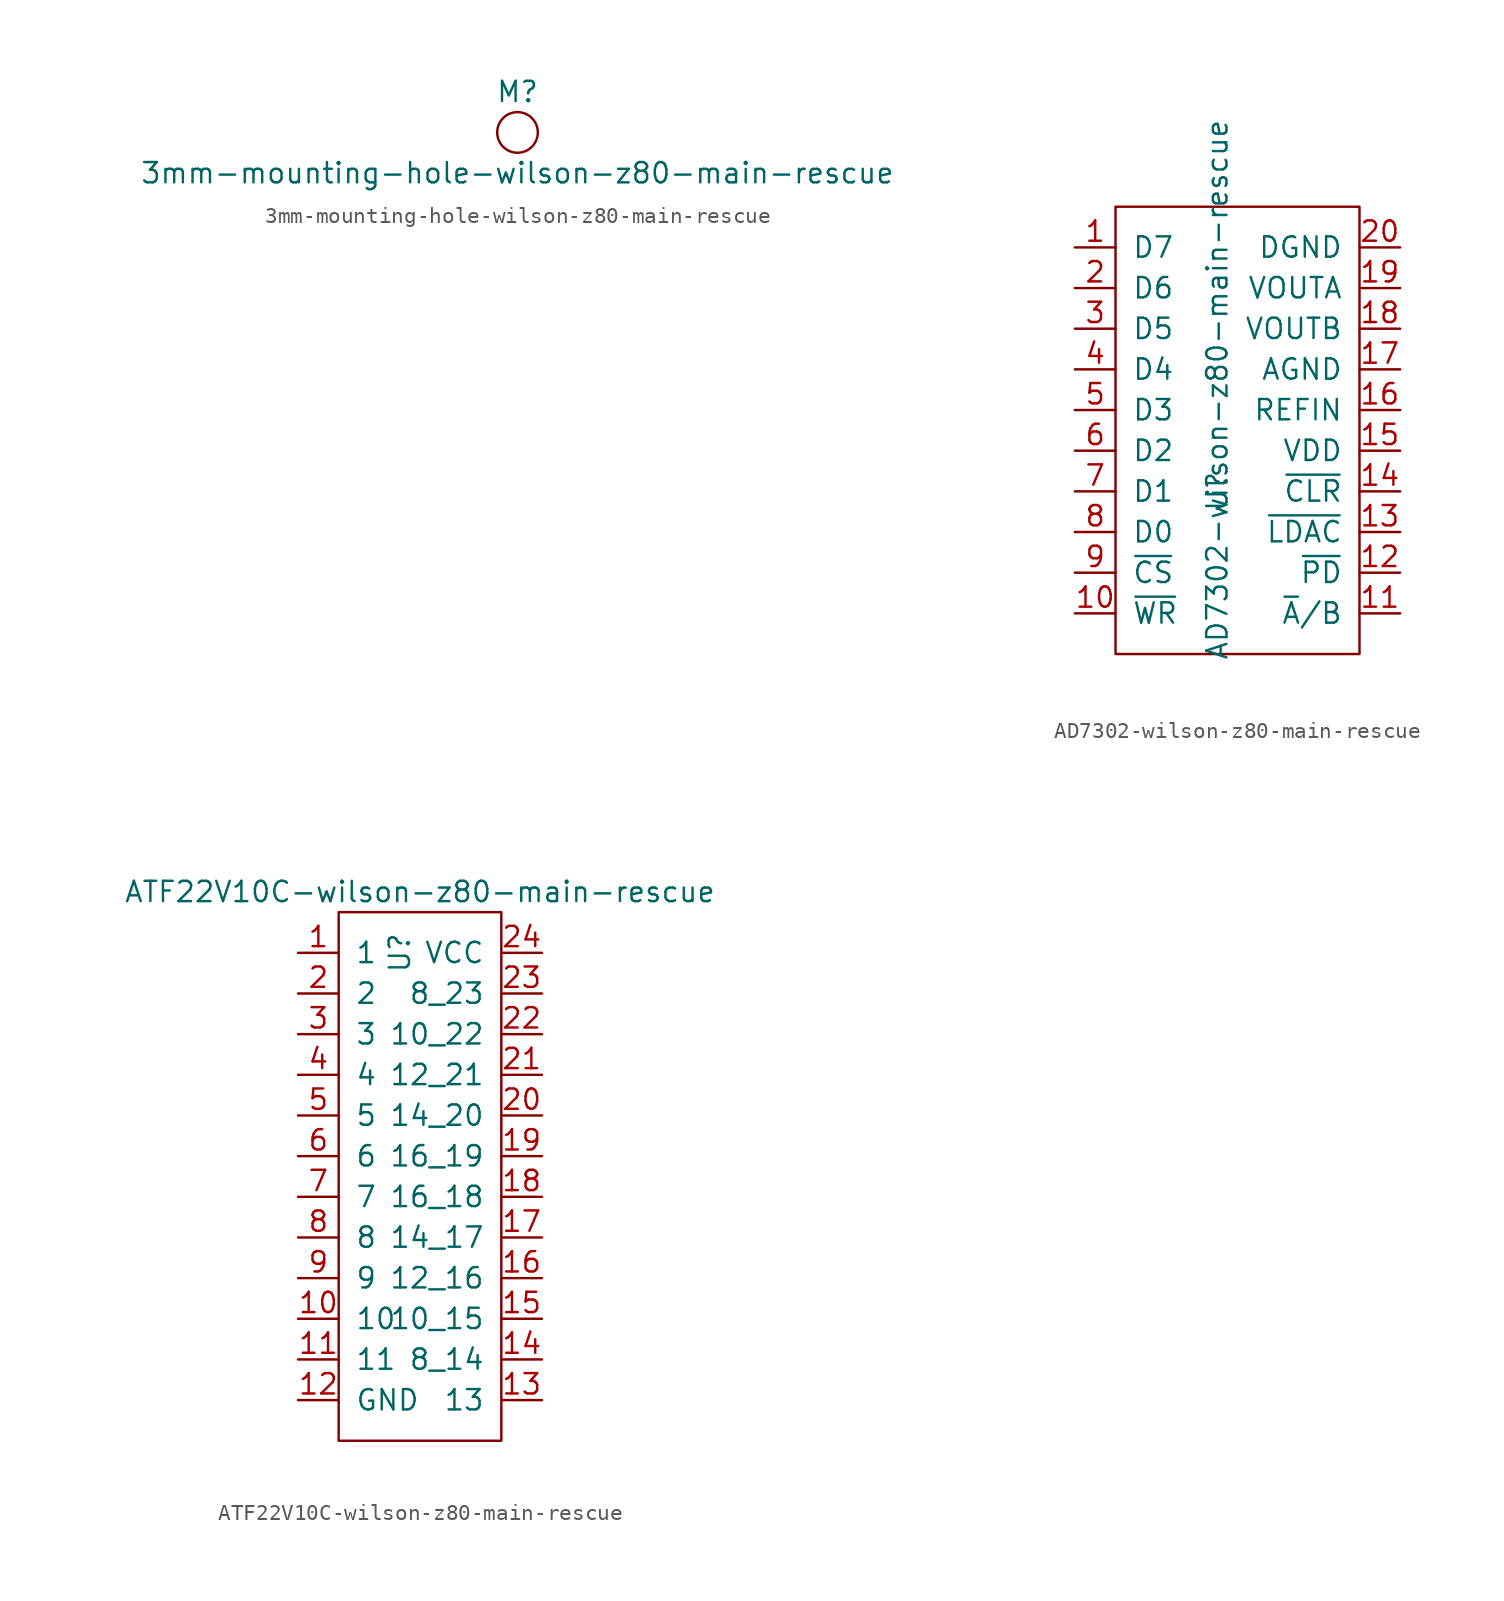
<source format=kicad_sym>
(kicad_symbol_lib
  (version 20220914)
  (generator kicad_symbol_editor)
  (symbol "3mm-mounting-hole-wilson-z80-main-rescue"
    (pin_names
      (offset 1.016))
    (property "Reference" "M"
      (at 0 2.54 0)
      (effects (font (size 1.27 1.27))))
    (property "Value" "3mm-mounting-hole-wilson-z80-main-rescue"
      (at 0 -2.54 0)
      (effects (font (size 1.27 1.27))))
    (symbol "3mm-mounting-hole-wilson-z80-main-rescue_0_1"
      (circle (center 0 0) (radius 1.27) (stroke (width 0) (type solid)) (fill (type none)))))
  (symbol "AD7302-wilson-z80-main-rescue"
    (pin_names
      (offset 1.016))
    (property "Reference" "U"
      (at -1.27 -3.81 90)
      (effects (font (size 1.27 1.27))))
    (property "Value" "AD7302-wilson-z80-main-rescue"
      (at -1.27 2.54 90)
      (effects (font (size 1.27 1.27))))
    (symbol "AD7302-wilson-z80-main-rescue_0_1"
      (rectangle (start -7.62 13.97) (end 7.62 -13.97) (stroke (width 0) (type solid)) (fill (type none))))
    (symbol "AD7302-wilson-z80-main-rescue_1_1"
      (pin input line (at -10.16 11.43 0) (length 2.54) (name "D7" (effects (font (size 1.27 1.27)))) (number "1" (effects (font (size 1.27 1.27)))))
      (pin input line (at -10.16 -11.43 0) (length 2.54) (name "~{WR}" (effects (font (size 1.27 1.27)))) (number "10" (effects (font (size 1.27 1.27)))))
      (pin input line (at 10.16 -11.43 180) (length 2.54) (name "~{A}/B" (effects (font (size 1.27 1.27)))) (number "11" (effects (font (size 1.27 1.27)))))
      (pin input line (at 10.16 -8.89 180) (length 2.54) (name "~{PD}" (effects (font (size 1.27 1.27)))) (number "12" (effects (font (size 1.27 1.27)))))
      (pin input line (at 10.16 -6.35 180) (length 2.54) (name "~{LDAC}" (effects (font (size 1.27 1.27)))) (number "13" (effects (font (size 1.27 1.27)))))
      (pin input line (at 10.16 -3.81 180) (length 2.54) (name "~{CLR}" (effects (font (size 1.27 1.27)))) (number "14" (effects (font (size 1.27 1.27)))))
      (pin power_in line (at 10.16 -1.27 180) (length 2.54) (name "VDD" (effects (font (size 1.27 1.27)))) (number "15" (effects (font (size 1.27 1.27)))))
      (pin input line (at 10.16 1.27 180) (length 2.54) (name "REFIN" (effects (font (size 1.27 1.27)))) (number "16" (effects (font (size 1.27 1.27)))))
      (pin power_in line (at 10.16 3.81 180) (length 2.54) (name "AGND" (effects (font (size 1.27 1.27)))) (number "17" (effects (font (size 1.27 1.27)))))
      (pin output line (at 10.16 6.35 180) (length 2.54) (name "VOUTB" (effects (font (size 1.27 1.27)))) (number "18" (effects (font (size 1.27 1.27)))))
      (pin output line (at 10.16 8.89 180) (length 2.54) (name "VOUTA" (effects (font (size 1.27 1.27)))) (number "19" (effects (font (size 1.27 1.27)))))
      (pin input line (at -10.16 8.89 0) (length 2.54) (name "D6" (effects (font (size 1.27 1.27)))) (number "2" (effects (font (size 1.27 1.27)))))
      (pin power_in line (at 10.16 11.43 180) (length 2.54) (name "DGND" (effects (font (size 1.27 1.27)))) (number "20" (effects (font (size 1.27 1.27)))))
      (pin input line (at -10.16 6.35 0) (length 2.54) (name "D5" (effects (font (size 1.27 1.27)))) (number "3" (effects (font (size 1.27 1.27)))))
      (pin input line (at -10.16 3.81 0) (length 2.54) (name "D4" (effects (font (size 1.27 1.27)))) (number "4" (effects (font (size 1.27 1.27)))))
      (pin input line (at -10.16 1.27 0) (length 2.54) (name "D3" (effects (font (size 1.27 1.27)))) (number "5" (effects (font (size 1.27 1.27)))))
      (pin input line (at -10.16 -1.27 0) (length 2.54) (name "D2" (effects (font (size 1.27 1.27)))) (number "6" (effects (font (size 1.27 1.27)))))
      (pin input line (at -10.16 -3.81 0) (length 2.54) (name "D1" (effects (font (size 1.27 1.27)))) (number "7" (effects (font (size 1.27 1.27)))))
      (pin input line (at -10.16 -6.35 0) (length 2.54) (name "D0" (effects (font (size 1.27 1.27)))) (number "8" (effects (font (size 1.27 1.27)))))
      (pin input line (at -10.16 -8.89 0) (length 2.54) (name "~{CS}" (effects (font (size 1.27 1.27)))) (number "9" (effects (font (size 1.27 1.27)))))))
  (symbol "ATF22V10C-wilson-z80-main-rescue"
    (pin_names
      (offset 1.016))
    (property "Reference" "U"
      (at -1.27 7.62 90)
      (effects (font (size 1.27 1.27))))
    (property "Value" "ATF22V10C-wilson-z80-main-rescue"
      (at 0 11.43 0)
      (effects (font (size 1.27 1.27))))
    (symbol "ATF22V10C-wilson-z80-main-rescue_0_1"
      (rectangle (start -5.08 10.16) (end 5.08 -22.86) (stroke (width 0) (type solid)) (fill (type none))))
    (symbol "ATF22V10C-wilson-z80-main-rescue_1_1"
      (pin input line (at -7.62 7.62 0) (length 2.54) (name "1" (effects (font (size 1.27 1.27)))) (number "1" (effects (font (size 1.27 1.27)))))
      (pin input line (at -7.62 -15.24 0) (length 2.54) (name "10" (effects (font (size 1.27 1.27)))) (number "10" (effects (font (size 1.27 1.27)))))
      (pin input line (at -7.62 -17.78 0) (length 2.54) (name "11" (effects (font (size 1.27 1.27)))) (number "11" (effects (font (size 1.27 1.27)))))
      (pin power_in line (at -7.62 -20.32 0) (length 2.54) (name "GND" (effects (font (size 1.27 1.27)))) (number "12" (effects (font (size 1.27 1.27)))))
      (pin input line (at 7.62 -20.32 180) (length 2.54) (name "13" (effects (font (size 1.27 1.27)))) (number "13" (effects (font (size 1.27 1.27)))))
      (pin bidirectional line (at 7.62 -17.78 180) (length 2.54) (name "8_14" (effects (font (size 1.27 1.27)))) (number "14" (effects (font (size 1.27 1.27)))))
      (pin bidirectional line (at 7.62 -15.24 180) (length 2.54) (name "10_15" (effects (font (size 1.27 1.27)))) (number "15" (effects (font (size 1.27 1.27)))))
      (pin bidirectional line (at 7.62 -12.7 180) (length 2.54) (name "12_16" (effects (font (size 1.27 1.27)))) (number "16" (effects (font (size 1.27 1.27)))))
      (pin bidirectional line (at 7.62 -10.16 180) (length 2.54) (name "14_17" (effects (font (size 1.27 1.27)))) (number "17" (effects (font (size 1.27 1.27)))))
      (pin bidirectional line (at 7.62 -7.62 180) (length 2.54) (name "16_18" (effects (font (size 1.27 1.27)))) (number "18" (effects (font (size 1.27 1.27)))))
      (pin bidirectional line (at 7.62 -5.08 180) (length 2.54) (name "16_19" (effects (font (size 1.27 1.27)))) (number "19" (effects (font (size 1.27 1.27)))))
      (pin input line (at -7.62 5.08 0) (length 2.54) (name "2" (effects (font (size 1.27 1.27)))) (number "2" (effects (font (size 1.27 1.27)))))
      (pin bidirectional line (at 7.62 -2.54 180) (length 2.54) (name "14_20" (effects (font (size 1.27 1.27)))) (number "20" (effects (font (size 1.27 1.27)))))
      (pin bidirectional line (at 7.62 0 180) (length 2.54) (name "12_21" (effects (font (size 1.27 1.27)))) (number "21" (effects (font (size 1.27 1.27)))))
      (pin bidirectional line (at 7.62 2.54 180) (length 2.54) (name "10_22" (effects (font (size 1.27 1.27)))) (number "22" (effects (font (size 1.27 1.27)))))
      (pin bidirectional line (at 7.62 5.08 180) (length 2.54) (name "8_23" (effects (font (size 1.27 1.27)))) (number "23" (effects (font (size 1.27 1.27)))))
      (pin power_in line (at 7.62 7.62 180) (length 2.54) (name "VCC" (effects (font (size 1.27 1.27)))) (number "24" (effects (font (size 1.27 1.27)))))
      (pin input line (at -7.62 2.54 0) (length 2.54) (name "3" (effects (font (size 1.27 1.27)))) (number "3" (effects (font (size 1.27 1.27)))))
      (pin input line (at -7.62 0 0) (length 2.54) (name "4" (effects (font (size 1.27 1.27)))) (number "4" (effects (font (size 1.27 1.27)))))
      (pin input line (at -7.62 -2.54 0) (length 2.54) (name "5" (effects (font (size 1.27 1.27)))) (number "5" (effects (font (size 1.27 1.27)))))
      (pin input line (at -7.62 -5.08 0) (length 2.54) (name "6" (effects (font (size 1.27 1.27)))) (number "6" (effects (font (size 1.27 1.27)))))
      (pin input line (at -7.62 -7.62 0) (length 2.54) (name "7" (effects (font (size 1.27 1.27)))) (number "7" (effects (font (size 1.27 1.27)))))
      (pin input line (at -7.62 -10.16 0) (length 2.54) (name "8" (effects (font (size 1.27 1.27)))) (number "8" (effects (font (size 1.27 1.27)))))
      (pin input line (at -7.62 -12.7 0) (length 2.54) (name "9" (effects (font (size 1.27 1.27)))) (number "9" (effects (font (size 1.27 1.27))))))))
</source>
